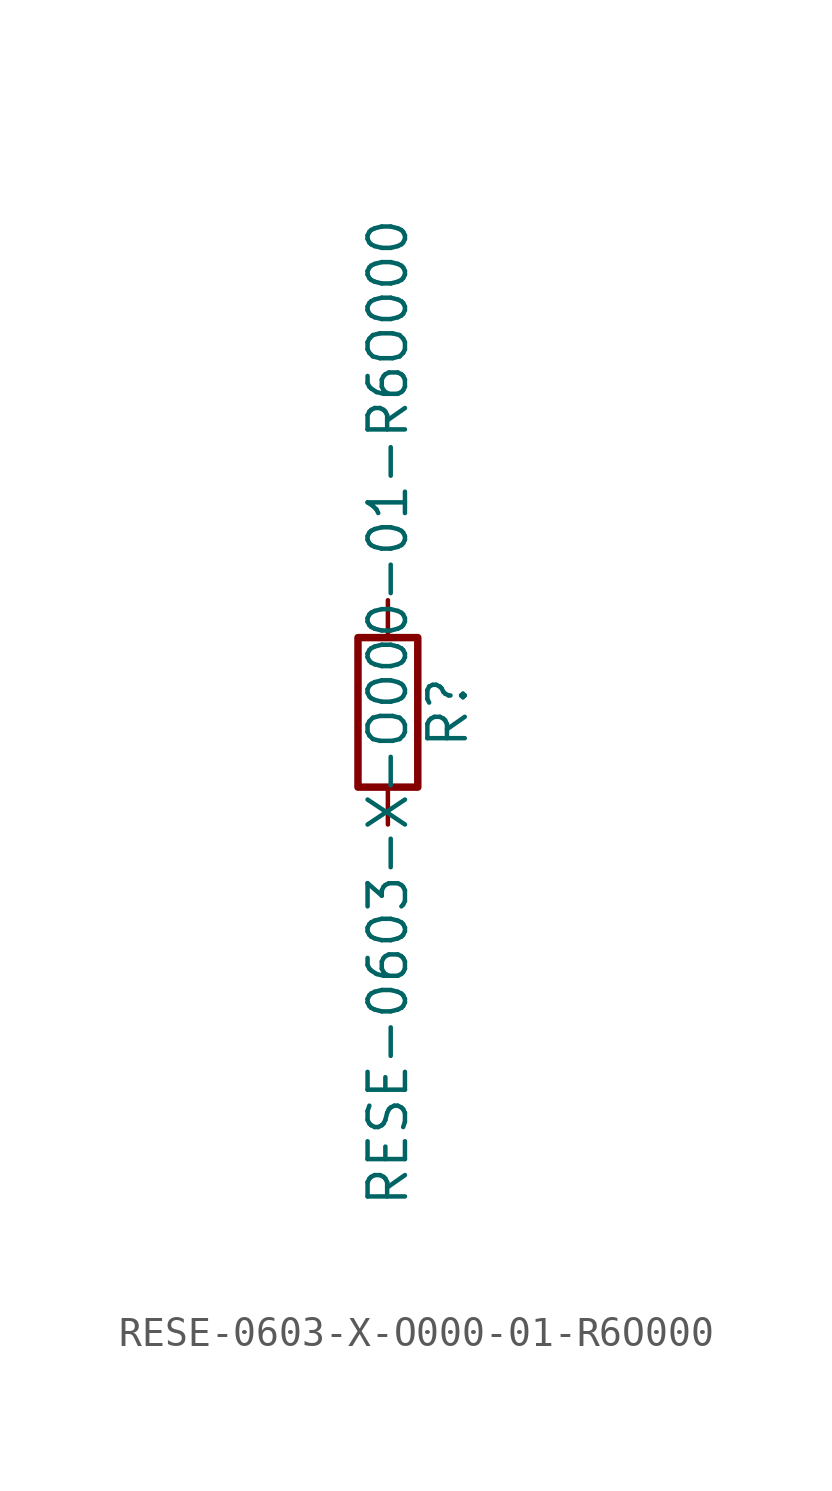
<source format=kicad_sym>
(kicad_symbol_lib
  (version 20211014)
  (generator kicad_symbol_editor)
  (symbol "RESE-0603-X-O000-01-R6O000"
    (pin_numbers hide)
    (pin_names
      (offset 0))
    (property "Reference" "R"
      (at 2.032 0 90)
      (effects (font (size 1.27 1.27))))
    (property "Value" "RESE-0603-X-O000-01-R6O000"
      (at 0 0 90)
      (effects (font (size 1.27 1.27))))
    (symbol "RESE-0603-X-O000-01-R6O000_0_1"
      (rectangle (start -1.016 -2.54) (end 1.016 2.54) (stroke (width 0.254) (type default) (color 0 0 0 0)) (fill (type none))))
    (symbol "RESE-0603-X-O000-01-R6O000_1_1"
      (pin passive line (at 0 3.81 270) (length 1.27) (name "~" (effects (font (size 1.27 1.27)))) (number "1" (effects (font (size 1.27 1.27)))))
      (pin passive line (at 0 -3.81 90) (length 1.27) (name "~" (effects (font (size 1.27 1.27)))) (number "2" (effects (font (size 1.27 1.27))))))))
</source>
